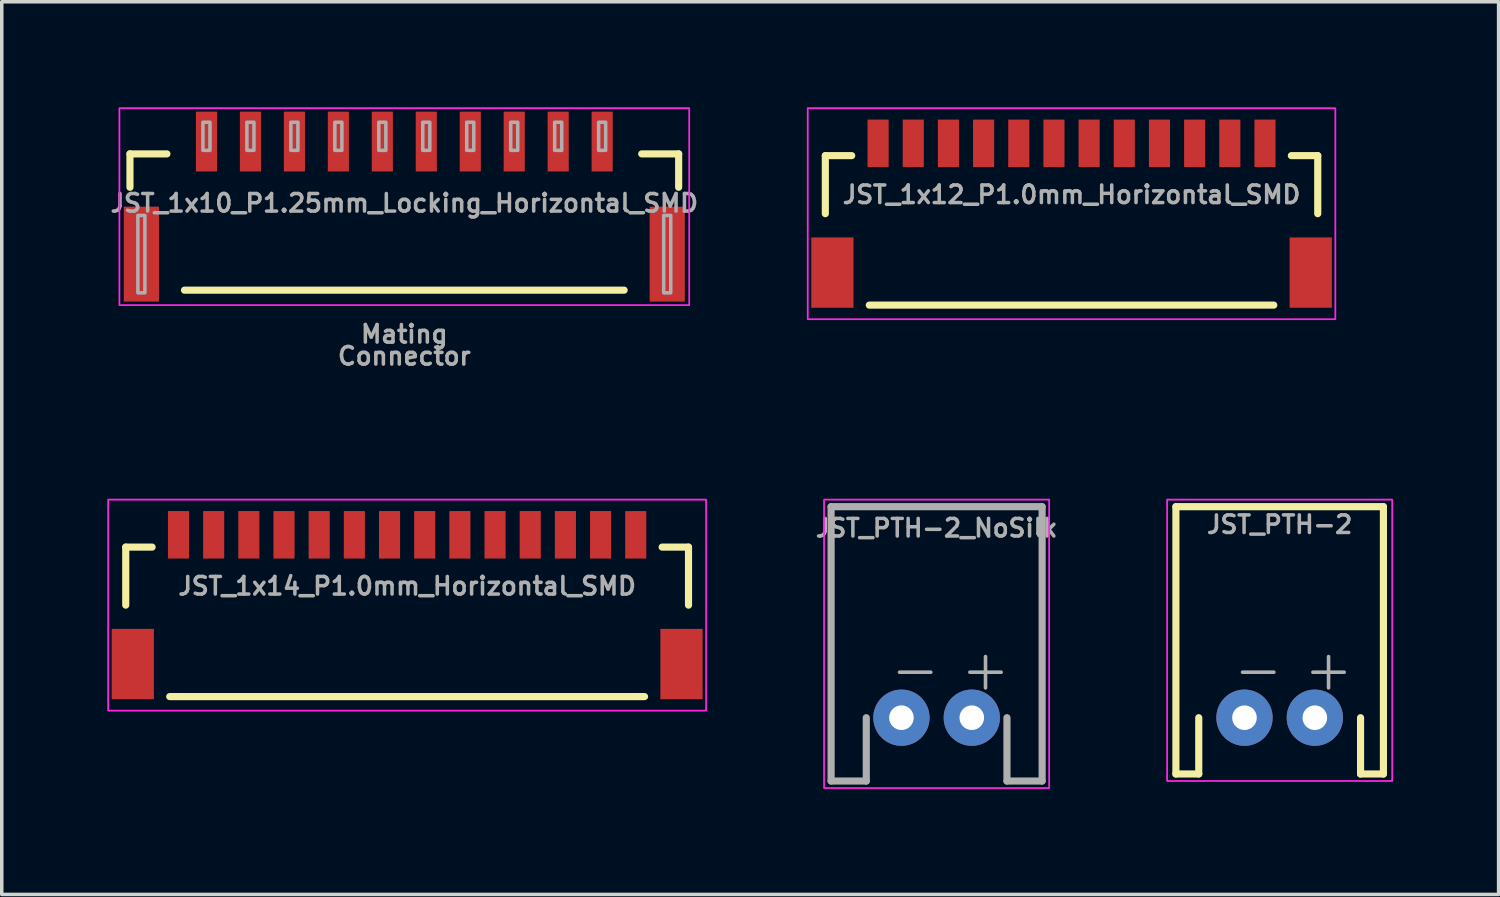
<source format=kicad_pcb>
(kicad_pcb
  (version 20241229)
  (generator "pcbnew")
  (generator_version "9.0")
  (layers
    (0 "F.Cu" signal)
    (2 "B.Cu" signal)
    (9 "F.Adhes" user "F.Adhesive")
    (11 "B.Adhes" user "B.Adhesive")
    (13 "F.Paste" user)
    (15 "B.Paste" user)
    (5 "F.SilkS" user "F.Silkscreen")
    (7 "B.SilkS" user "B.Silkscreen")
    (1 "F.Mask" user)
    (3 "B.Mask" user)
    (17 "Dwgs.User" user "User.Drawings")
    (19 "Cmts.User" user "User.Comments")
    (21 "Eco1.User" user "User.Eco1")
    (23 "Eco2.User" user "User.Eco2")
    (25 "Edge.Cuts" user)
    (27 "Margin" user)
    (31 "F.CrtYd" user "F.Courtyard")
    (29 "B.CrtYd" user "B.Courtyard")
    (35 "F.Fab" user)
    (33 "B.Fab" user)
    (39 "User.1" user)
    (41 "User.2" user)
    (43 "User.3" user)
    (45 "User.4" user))
  (footprint "JST_1x14_P1.0mm_Horizontal_SMD"
    (layer "F.Cu")
    (at 8.525 12.155)
    (property "Reference" "JST_1x14_P1.0mm_Horizontal_SMD" (at 0 1.75 0) (layer "F.Fab") (effects (font (size 0.5 0.5) (thickness 0.1)) (justify bottom)))
    (attr smd)
    (fp_line (start -8 0.35) (end -7.25 0.35) (stroke (width 0.203) (type solid)) (layer "F.SilkS"))
    (fp_line (start -8 2) (end -8 0.35) (stroke (width 0.203) (type solid)) (layer "F.SilkS"))
    (fp_line (start -6.75 4.6) (end 6.75 4.6) (stroke (width 0.203) (type solid)) (layer "F.SilkS"))
    (fp_line (start 7.25 0.35) (end 8 0.35) (stroke (width 0.203) (type solid)) (layer "F.SilkS"))
    (fp_line (start 8 0.35) (end 8 2) (stroke (width 0.203) (type solid)) (layer "F.SilkS"))
    (fp_rect (start 8.5 5) (end -8.5 -1) (stroke (width 0.05) (type default)) (fill no) (layer "F.CrtYd"))
    (pad "1" smd rect (at -6.5 0) (size 0.6 1.35) (layers "F.Cu" "F.Mask" "F.Paste"))
    (pad "2" smd rect (at -5.5 0) (size 0.6 1.35) (layers "F.Cu" "F.Mask" "F.Paste"))
    (pad "3" smd rect (at -4.5 0) (size 0.6 1.35) (layers "F.Cu" "F.Mask" "F.Paste"))
    (pad "4" smd rect (at -3.5 0) (size 0.6 1.35) (layers "F.Cu" "F.Mask" "F.Paste"))
    (pad "5" smd rect (at -2.5 0) (size 0.6 1.35) (layers "F.Cu" "F.Mask" "F.Paste"))
    (pad "6" smd rect (at -1.5 0) (size 0.6 1.35) (layers "F.Cu" "F.Mask" "F.Paste"))
    (pad "7" smd rect (at -0.5 0) (size 0.6 1.35) (layers "F.Cu" "F.Mask" "F.Paste"))
    (pad "8" smd rect (at 0.5 0) (size 0.6 1.35) (layers "F.Cu" "F.Mask" "F.Paste"))
    (pad "9" smd rect (at 1.5 0) (size 0.6 1.35) (layers "F.Cu" "F.Mask" "F.Paste"))
    (pad "10" smd rect (at 2.5 0) (size 0.6 1.35) (layers "F.Cu" "F.Mask" "F.Paste"))
    (pad "11" smd rect (at 3.5 0) (size 0.6 1.35) (layers "F.Cu" "F.Mask" "F.Paste"))
    (pad "12" smd rect (at 4.5 0) (size 0.6 1.35) (layers "F.Cu" "F.Mask" "F.Paste"))
    (pad "13" smd rect (at 5.5 0) (size 0.6 1.35) (layers "F.Cu" "F.Mask" "F.Paste"))
    (pad "14" smd rect (at 6.5 0) (size 0.6 1.35) (layers "F.Cu" "F.Mask" "F.Paste"))
    (pad "NC1" smd rect (at 7.8 3.675) (size 1.2 2) (layers "F.Cu" "F.Mask" "F.Paste"))
    (pad "NC2" smd rect (at -7.8 3.675) (size 1.2 2) (layers "F.Cu" "F.Mask" "F.Paste")))
  (footprint "JST_PTH-2"
    (layer "F.Cu")
    (at 33.332 17.355)
    (property "Reference" "JST_PTH-2" (at 0 -5.2 0) (layer "F.Fab") (effects (font (size 0.5 0.5) (thickness 0.1)) (justify bottom)))
    (fp_line (start -2.95 -6) (end 2.95 -6) (stroke (width 0.203) (type solid)) (layer "F.SilkS"))
    (fp_line (start -2.95 1.6) (end -2.95 -6) (stroke (width 0.203) (type solid)) (layer "F.SilkS"))
    (fp_line (start -2.95 1.6) (end -2.3 1.6) (stroke (width 0.203) (type solid)) (layer "F.SilkS"))
    (fp_line (start -2.3 1.6) (end -2.3 0) (stroke (width 0.203) (type solid)) (layer "F.SilkS"))
    (fp_line (start 2.3 1.6) (end 2.3 0) (stroke (width 0.203) (type solid)) (layer "F.SilkS"))
    (fp_line (start 2.95 -6) (end 2.95 1.6) (stroke (width 0.203) (type solid)) (layer "F.SilkS"))
    (fp_line (start 2.95 1.6) (end 2.3 1.6) (stroke (width 0.203) (type solid)) (layer "F.SilkS"))
    (fp_rect (start 3.2 -6.2) (end -3.2 1.8) (stroke (width 0.05) (type default)) (fill no) (layer "F.CrtYd"))
    (fp_text user "+" (at 0.6 -0.7 0) (layer "F.Fab") (effects (font (size 1.168 1.168) (thickness 0.102)) (justify left bottom)))
    (fp_text user "-" (at -1.4 -0.7 0) (layer "F.Fab") (effects (font (size 1.168 1.168) (thickness 0.102)) (justify left bottom)))
    (pad "1" thru_hole circle (at -1 0) (size 1.6 1.6) (drill 0.7) (layers "*.Cu" "*.Mask"))
    (pad "2" thru_hole circle (at 1 0) (size 1.6 1.6) (drill 0.7) (layers "*.Cu" "*.Mask")))
  (footprint "JST_1x10_P1.25mm_Locking_Horizontal_SMD"
    (layer "F.Cu")
    (at 8.445 2.725)
    (property "Reference" "JST_1x10_P1.25mm_Locking_Horizontal_SMD" (at 0 0 0) (layer "F.Fab") (effects (font (size 0.5 0.5) (thickness 0.1))))
    (attr smd)
    (fp_line (start -7.8 -1.4) (end -6.75 -1.4) (stroke (width 0.203) (type solid)) (layer "F.SilkS"))
    (fp_line (start -7.8 -0.45) (end -7.8 -1.4) (stroke (width 0.203) (type solid)) (layer "F.SilkS"))
    (fp_line (start -6.25 2.475) (end 6.25 2.475) (stroke (width 0.203) (type solid)) (layer "F.SilkS"))
    (fp_line (start 6.75 -1.4) (end 7.8 -1.4) (stroke (width 0.203) (type solid)) (layer "F.SilkS"))
    (fp_line (start 7.8 -0.45) (end 7.8 -1.4) (stroke (width 0.203) (type solid)) (layer "F.SilkS"))
    (fp_rect (start 8.1 2.9) (end -8.1 -2.7) (stroke (width 0.05) (type default)) (fill no) (layer "F.CrtYd"))
    (fp_poly (pts (xy -7.575 2.55) (xy -7.375 2.55) (xy -7.375 0.35) (xy -7.575 0.35)) (stroke (width 0.1) (type default)) (fill no) (layer "F.Fab"))
    (fp_poly (pts (xy -5.725 -1.5) (xy -5.525 -1.5) (xy -5.525 -2.3) (xy -5.725 -2.3)) (stroke (width 0.1) (type default)) (fill no) (layer "F.Fab"))
    (fp_poly (pts (xy -4.475 -1.5) (xy -4.275 -1.5) (xy -4.275 -2.3) (xy -4.475 -2.3)) (stroke (width 0.1) (type default)) (fill no) (layer "F.Fab"))
    (fp_poly (pts (xy -3.225 -1.5) (xy -3.025 -1.5) (xy -3.025 -2.3) (xy -3.225 -2.3)) (stroke (width 0.1) (type default)) (fill no) (layer "F.Fab"))
    (fp_poly (pts (xy -1.975 -1.5) (xy -1.775 -1.5) (xy -1.775 -2.3) (xy -1.975 -2.3)) (stroke (width 0.1) (type default)) (fill no) (layer "F.Fab"))
    (fp_poly (pts (xy -0.725 -1.5) (xy -0.525 -1.5) (xy -0.525 -2.3) (xy -0.725 -2.3)) (stroke (width 0.1) (type default)) (fill no) (layer "F.Fab"))
    (fp_poly (pts (xy 0.525 -1.5) (xy 0.725 -1.5) (xy 0.725 -2.3) (xy 0.525 -2.3)) (stroke (width 0.1) (type default)) (fill no) (layer "F.Fab"))
    (fp_poly (pts (xy 1.775 -1.5) (xy 1.975 -1.5) (xy 1.975 -2.3) (xy 1.775 -2.3)) (stroke (width 0.1) (type default)) (fill no) (layer "F.Fab"))
    (fp_poly (pts (xy 3.025 -1.5) (xy 3.225 -1.5) (xy 3.225 -2.3) (xy 3.025 -2.3)) (stroke (width 0.1) (type default)) (fill no) (layer "F.Fab"))
    (fp_poly (pts (xy 4.275 -1.5) (xy 4.475 -1.5) (xy 4.475 -2.3) (xy 4.275 -2.3)) (stroke (width 0.1) (type default)) (fill no) (layer "F.Fab"))
    (fp_poly (pts (xy 5.525 -1.5) (xy 5.725 -1.5) (xy 5.725 -2.3) (xy 5.525 -2.3)) (stroke (width 0.1) (type default)) (fill no) (layer "F.Fab"))
    (fp_poly (pts (xy 7.375 2.55) (xy 7.575 2.55) (xy 7.575 0.35) (xy 7.375 0.35)) (stroke (width 0.1) (type default)) (fill no) (layer "F.Fab"))
    (fp_rect (start -7.875 -1.5) (end 7.875 2.55) (stroke (width 0.01) (type default)) (fill no) (layer "User.1"))
    (fp_rect (start -6.875 -0.3) (end 6.875 5.4) (stroke (width 0.01) (type default)) (fill no) (layer "User.1"))
    (fp_text user "Connector" (at 0 4.35 0) (unlocked yes) (layer "F.Fab") (effects (font (size 0.5 0.5) (thickness 0.1) (bold yes))))
    (fp_text user "Mating" (at 0 3.725 0) (unlocked yes) (layer "F.Fab") (effects (font (size 0.5 0.5) (thickness 0.1) (bold yes))))
    (pad "1" smd rect (at -5.625 -1.75) (size 0.6 1.7) (layers "F.Cu" "F.Mask" "F.Paste"))
    (pad "2" smd rect (at -4.375 -1.75) (size 0.6 1.7) (layers "F.Cu" "F.Mask" "F.Paste"))
    (pad "3" smd rect (at -3.125 -1.75) (size 0.6 1.7) (layers "F.Cu" "F.Mask" "F.Paste"))
    (pad "4" smd rect (at -1.875 -1.75) (size 0.6 1.7) (layers "F.Cu" "F.Mask" "F.Paste"))
    (pad "5" smd rect (at -0.625 -1.75) (size 0.6 1.7) (layers "F.Cu" "F.Mask" "F.Paste"))
    (pad "6" smd rect (at 0.625 -1.75) (size 0.6 1.7) (layers "F.Cu" "F.Mask" "F.Paste"))
    (pad "7" smd rect (at 1.875 -1.75) (size 0.6 1.7) (layers "F.Cu" "F.Mask" "F.Paste"))
    (pad "8" smd rect (at 3.125 -1.75) (size 0.6 1.7) (layers "F.Cu" "F.Mask" "F.Paste"))
    (pad "9" smd rect (at 4.375 -1.75) (size 0.6 1.7) (layers "F.Cu" "F.Mask" "F.Paste"))
    (pad "10" smd rect (at 5.625 -1.75) (size 0.6 1.7) (layers "F.Cu" "F.Mask" "F.Paste"))
    (pad "NC1" smd rect (at -7.475 1.45) (size 1 2.7) (layers "F.Cu" "F.Mask" "F.Paste"))
    (pad "NC2" smd rect (at 7.475 1.45) (size 1 2.7) (layers "F.Cu" "F.Mask" "F.Paste")))
  (footprint "JST_1x12_P1.0mm_Horizontal_SMD"
    (layer "F.Cu")
    (at 27.415 1.025)
    (property "Reference" "JST_1x12_P1.0mm_Horizontal_SMD" (at 0 1.75 0) (layer "F.Fab") (effects (font (size 0.5 0.5) (thickness 0.1)) (justify bottom)))
    (attr smd)
    (fp_line (start -7 0.35) (end -6.25 0.35) (stroke (width 0.203) (type solid)) (layer "F.SilkS"))
    (fp_line (start -7 2) (end -7 0.35) (stroke (width 0.203) (type solid)) (layer "F.SilkS"))
    (fp_line (start -5.75 4.6) (end 5.75 4.6) (stroke (width 0.203) (type solid)) (layer "F.SilkS"))
    (fp_line (start 6.25 0.35) (end 7 0.35) (stroke (width 0.203) (type solid)) (layer "F.SilkS"))
    (fp_line (start 7 0.35) (end 7 2) (stroke (width 0.203) (type solid)) (layer "F.SilkS"))
    (fp_rect (start 7.5 5) (end -7.5 -1) (stroke (width 0.05) (type default)) (fill no) (layer "F.CrtYd"))
    (pad "1" smd rect (at -5.5 0) (size 0.6 1.35) (layers "F.Cu" "F.Mask" "F.Paste"))
    (pad "2" smd rect (at -4.5 0) (size 0.6 1.35) (layers "F.Cu" "F.Mask" "F.Paste"))
    (pad "3" smd rect (at -3.5 0) (size 0.6 1.35) (layers "F.Cu" "F.Mask" "F.Paste"))
    (pad "4" smd rect (at -2.5 0) (size 0.6 1.35) (layers "F.Cu" "F.Mask" "F.Paste"))
    (pad "5" smd rect (at -1.5 0) (size 0.6 1.35) (layers "F.Cu" "F.Mask" "F.Paste"))
    (pad "6" smd rect (at -0.5 0) (size 0.6 1.35) (layers "F.Cu" "F.Mask" "F.Paste"))
    (pad "7" smd rect (at 0.5 0) (size 0.6 1.35) (layers "F.Cu" "F.Mask" "F.Paste"))
    (pad "8" smd rect (at 1.5 0) (size 0.6 1.35) (layers "F.Cu" "F.Mask" "F.Paste"))
    (pad "9" smd rect (at 2.5 0) (size 0.6 1.35) (layers "F.Cu" "F.Mask" "F.Paste"))
    (pad "10" smd rect (at 3.5 0) (size 0.6 1.35) (layers "F.Cu" "F.Mask" "F.Paste"))
    (pad "11" smd rect (at 4.5 0) (size 0.6 1.35) (layers "F.Cu" "F.Mask" "F.Paste"))
    (pad "12" smd rect (at 5.5 0) (size 0.6 1.35) (layers "F.Cu" "F.Mask" "F.Paste"))
    (pad "NC1" smd rect (at 6.8 3.675) (size 1.2 2) (layers "F.Cu" "F.Mask" "F.Paste"))
    (pad "NC2" smd rect (at -6.8 3.675) (size 1.2 2) (layers "F.Cu" "F.Mask" "F.Paste")))
  (footprint "JST_PTH-2_NoSilk"
    (layer "F.Cu")
    (at 23.579 17.355)
    (property "Reference" "JST_PTH-2_NoSilk" (at 0 -5.1 0) (layer "F.Fab") (effects (font (size 0.5 0.5) (thickness 0.1)) (justify bottom)))
    (fp_rect (start 3.2 -6.2) (end -3.2 2) (stroke (width 0.05) (type default)) (fill no) (layer "F.CrtYd"))
    (fp_line (start -3 -6) (end 3 -6) (stroke (width 0.203) (type solid)) (layer "F.Fab"))
    (fp_line (start -3 1.8) (end -3 -6) (stroke (width 0.203) (type solid)) (layer "F.Fab"))
    (fp_line (start -2 0) (end -2 1.8) (stroke (width 0.203) (type solid)) (layer "F.Fab"))
    (fp_line (start -2 1.8) (end -3 1.8) (stroke (width 0.203) (type solid)) (layer "F.Fab"))
    (fp_line (start 2 1.8) (end 2 0) (stroke (width 0.203) (type solid)) (layer "F.Fab"))
    (fp_line (start 3 -6) (end 3 1.8) (stroke (width 0.203) (type solid)) (layer "F.Fab"))
    (fp_line (start 3 1.8) (end 2 1.8) (stroke (width 0.203) (type solid)) (layer "F.Fab"))
    (fp_text user "+" (at 0.6 -0.7 0) (layer "F.Fab") (effects (font (size 1.168 1.168) (thickness 0.102)) (justify left bottom)))
    (fp_text user "-" (at -1.4 -0.7 0) (layer "F.Fab") (effects (font (size 1.168 1.168) (thickness 0.102)) (justify left bottom)))
    (pad "1" thru_hole circle (at -1 0) (size 1.6 1.6) (drill 0.7) (layers "*.Cu" "*.Mask"))
    (pad "2" thru_hole circle (at 1 0) (size 1.6 1.6) (drill 0.7) (layers "*.Cu" "*.Mask")))
  (gr_rect
    (start -3 -3)
    (end 39.557 22.38)
    (stroke (width 0.1) (type default))
    (fill no)
    (layer "Edge.Cuts")))
</source>
